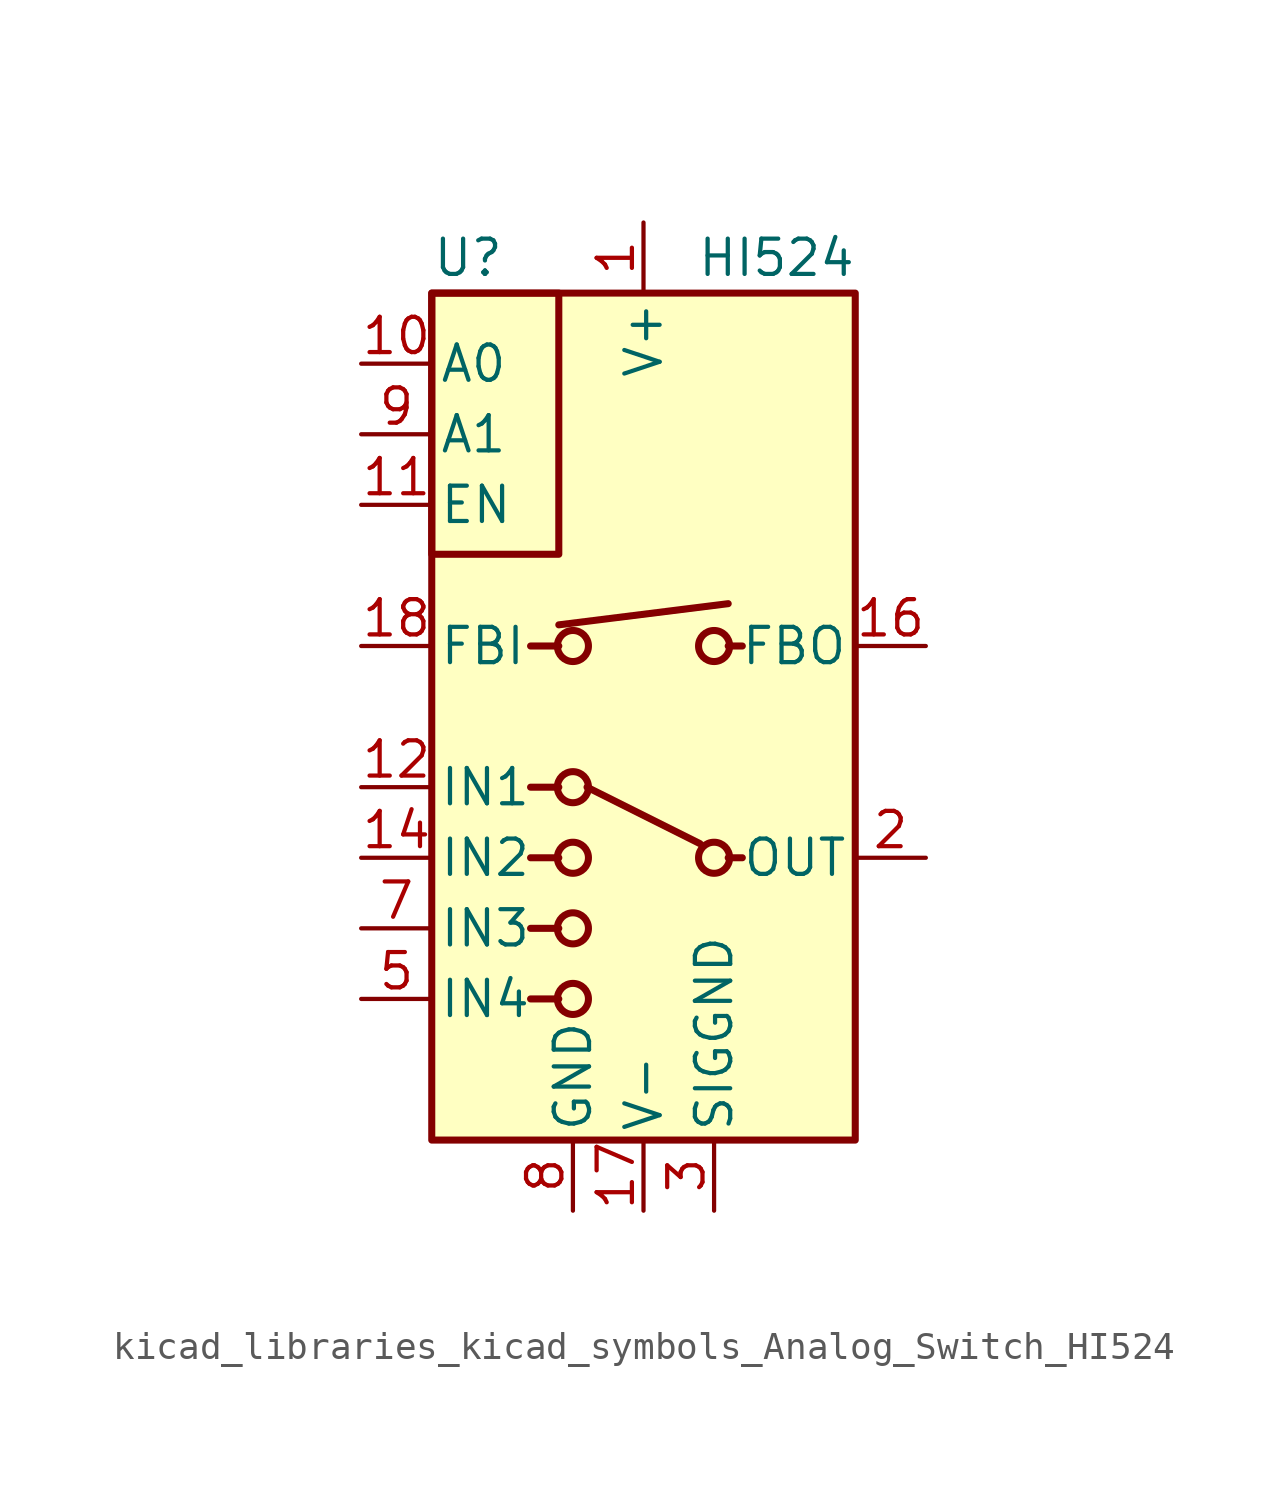
<source format=kicad_sym>
(kicad_symbol_lib
  (version 20220914)
  (generator kicad_symbol_editor)
  (symbol "kicad_libraries_kicad_symbols_Analog_Switch_HI524"
    (pin_names
      (offset 0.254))
    (property "Reference" "U"
      (at -7.62 16.51 0)
      (effects (font (size 1.27 1.27)) (justify left)))
    (property "Value" "HI524"
      (at 1.905 16.51 0)
      (effects (font (size 1.27 1.27)) (justify left)))
    (symbol "kicad_libraries_kicad_symbols_Analog_Switch_HI524_0_1"
      (rectangle (start -7.62 -15.24) (end 7.62 15.24) (stroke (width 0.254) (type default)) (fill (type background)))
      (rectangle (start -7.62 5.842) (end -3.048 15.24) (stroke (width 0.254) (type default)) (fill (type none)))
      (circle (center -2.54 -10.16) (radius 0.559) (stroke (width 0.254) (type default)) (fill (type none)))
      (circle (center -2.54 -7.62) (radius 0.559) (stroke (width 0.254) (type default)) (fill (type none)))
      (circle (center -2.54 -5.08) (radius 0.559) (stroke (width 0.254) (type default)) (fill (type none)))
      (circle (center -2.54 -2.54) (radius 0.559) (stroke (width 0.254) (type default)) (fill (type none)))
      (circle (center -2.54 2.54) (radius 0.559) (stroke (width 0.254) (type default)) (fill (type none)))
      (polyline (pts (xy -4.064 -10.16) (xy -3.048 -10.16)) (stroke (width 0.254) (type default)) (fill (type none)))
      (polyline (pts (xy -4.064 -5.08) (xy -3.048 -5.08)) (stroke (width 0.254) (type default)) (fill (type none)))
      (polyline (pts (xy -3.048 -7.62) (xy -4.064 -7.62)) (stroke (width 0.254) (type default)) (fill (type none)))
      (polyline (pts (xy -3.048 -2.54) (xy -4.064 -2.54)) (stroke (width 0.254) (type default)) (fill (type none)))
      (polyline (pts (xy -3.048 2.54) (xy -4.064 2.54)) (stroke (width 0.254) (type default)) (fill (type none)))
      (polyline (pts (xy -3.048 3.302) (xy 3.048 4.064)) (stroke (width 0.254) (type default)) (fill (type none)))
      (polyline (pts (xy 2.032 -4.572) (xy -2.032 -2.54)) (stroke (width 0.254) (type default)) (fill (type none)))
      (polyline (pts (xy 3.048 -5.08) (xy 3.556 -5.08)) (stroke (width 0.254) (type default)) (fill (type none)))
      (polyline (pts (xy 3.048 2.54) (xy 3.556 2.54)) (stroke (width 0.254) (type default)) (fill (type none)))
      (circle (center 2.54 -5.08) (radius 0.559) (stroke (width 0.254) (type default)) (fill (type none)))
      (circle (center 2.54 2.54) (radius 0.559) (stroke (width 0.254) (type default)) (fill (type none))))
    (symbol "kicad_libraries_kicad_symbols_Analog_Switch_HI524_1_1"
      (pin power_in line (at 0 17.78 270) (length 2.54) (name "V+" (effects (font (size 1.27 1.27)))) (number "1" (effects (font (size 1.27 1.27)))))
      (pin input line (at -10.16 12.7 0) (length 2.54) (name "A0" (effects (font (size 1.27 1.27)))) (number "10" (effects (font (size 1.27 1.27)))))
      (pin input line (at -10.16 7.62 0) (length 2.54) (name "EN" (effects (font (size 1.27 1.27)))) (number "11" (effects (font (size 1.27 1.27)))))
      (pin input line (at -10.16 -2.54 0) (length 2.54) (name "IN1" (effects (font (size 1.27 1.27)))) (number "12" (effects (font (size 1.27 1.27)))))
      (pin passive line (at 2.54 -17.78 90) (length 2.54) hide (name "SIGGND" (effects (font (size 1.27 1.27)))) (number "13" (effects (font (size 1.27 1.27)))))
      (pin input line (at -10.16 -5.08 0) (length 2.54) (name "IN2" (effects (font (size 1.27 1.27)))) (number "14" (effects (font (size 1.27 1.27)))))
      (pin passive line (at 2.54 -17.78 90) (length 2.54) hide (name "SIGGND" (effects (font (size 1.27 1.27)))) (number "15" (effects (font (size 1.27 1.27)))))
      (pin output line (at 10.16 2.54 180) (length 2.54) (name "FBO" (effects (font (size 1.27 1.27)))) (number "16" (effects (font (size 1.27 1.27)))))
      (pin power_in line (at 0 -17.78 90) (length 2.54) (name "V-" (effects (font (size 1.27 1.27)))) (number "17" (effects (font (size 1.27 1.27)))))
      (pin input line (at -10.16 2.54 0) (length 2.54) (name "FBI" (effects (font (size 1.27 1.27)))) (number "18" (effects (font (size 1.27 1.27)))))
      (pin output line (at 10.16 -5.08 180) (length 2.54) (name "OUT" (effects (font (size 1.27 1.27)))) (number "2" (effects (font (size 1.27 1.27)))))
      (pin power_in line (at 2.54 -17.78 90) (length 2.54) (name "SIGGND" (effects (font (size 1.27 1.27)))) (number "3" (effects (font (size 1.27 1.27)))))
      (pin passive line (at 2.54 -17.78 90) (length 2.54) hide (name "SIGGND" (effects (font (size 1.27 1.27)))) (number "4" (effects (font (size 1.27 1.27)))))
      (pin input line (at -10.16 -10.16 0) (length 2.54) (name "IN4" (effects (font (size 1.27 1.27)))) (number "5" (effects (font (size 1.27 1.27)))))
      (pin passive line (at 2.54 -17.78 90) (length 2.54) hide (name "SIGGND" (effects (font (size 1.27 1.27)))) (number "6" (effects (font (size 1.27 1.27)))))
      (pin input line (at -10.16 -7.62 0) (length 2.54) (name "IN3" (effects (font (size 1.27 1.27)))) (number "7" (effects (font (size 1.27 1.27)))))
      (pin power_in line (at -2.54 -17.78 90) (length 2.54) (name "GND" (effects (font (size 1.27 1.27)))) (number "8" (effects (font (size 1.27 1.27)))))
      (pin input line (at -10.16 10.16 0) (length 2.54) (name "A1" (effects (font (size 1.27 1.27)))) (number "9" (effects (font (size 1.27 1.27))))))))
</source>
